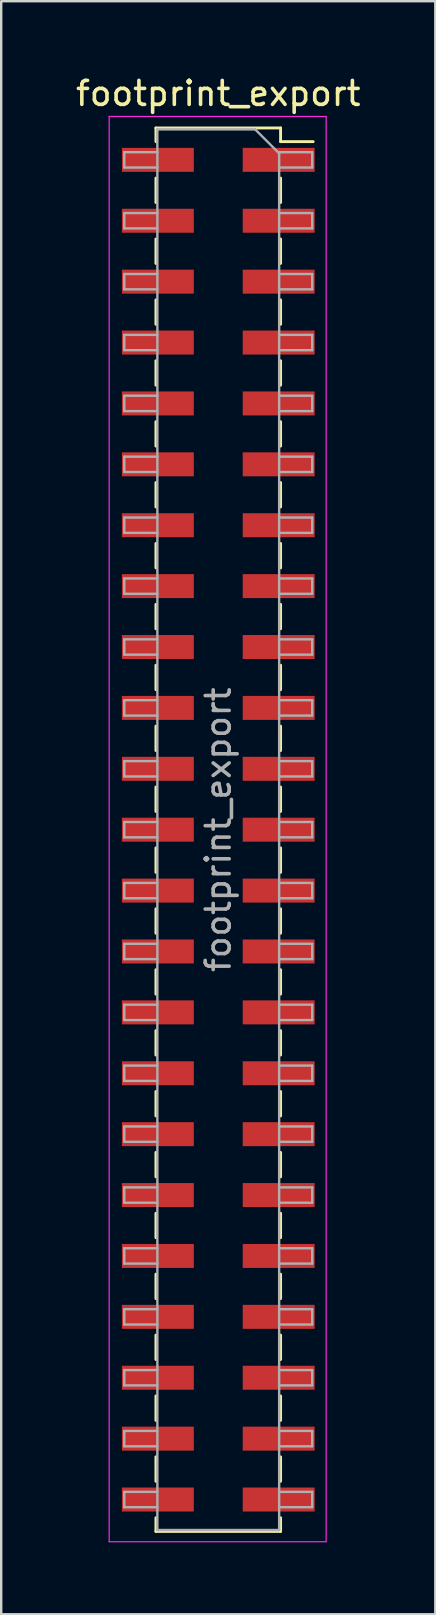
<source format=kicad_pcb>
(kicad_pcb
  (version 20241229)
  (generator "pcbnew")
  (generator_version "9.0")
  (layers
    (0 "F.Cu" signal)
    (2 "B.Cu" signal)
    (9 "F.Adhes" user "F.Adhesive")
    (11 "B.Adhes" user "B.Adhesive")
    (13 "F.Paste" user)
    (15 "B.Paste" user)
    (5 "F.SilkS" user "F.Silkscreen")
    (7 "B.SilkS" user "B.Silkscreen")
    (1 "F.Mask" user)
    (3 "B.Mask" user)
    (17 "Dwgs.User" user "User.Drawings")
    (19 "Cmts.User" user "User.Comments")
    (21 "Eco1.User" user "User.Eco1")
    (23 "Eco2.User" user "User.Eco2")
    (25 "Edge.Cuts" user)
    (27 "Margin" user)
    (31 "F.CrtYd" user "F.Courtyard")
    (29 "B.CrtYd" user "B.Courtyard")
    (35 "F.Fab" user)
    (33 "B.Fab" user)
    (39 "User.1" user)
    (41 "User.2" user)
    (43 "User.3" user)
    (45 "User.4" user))
  (footprint "footprint_export"
    (layer "F.Cu")
    (at 6.054 31.558)
    (property "Reference" "footprint_export" (at 0 -30.71 0) (layer "F.SilkS") (effects (font (size 1 1) (thickness 0.15))))
    (attr smd)
    (fp_line (start -2.6 -29.27) (end -2.6 -28.7) (stroke (width 0.12) (type solid)) (layer "F.SilkS"))
    (fp_line (start -2.6 -29.27) (end 2.6 -29.27) (stroke (width 0.12) (type solid)) (layer "F.SilkS"))
    (fp_line (start -2.6 -27.18) (end -2.6 -26.16) (stroke (width 0.12) (type solid)) (layer "F.SilkS"))
    (fp_line (start -2.6 -24.64) (end -2.6 -23.62) (stroke (width 0.12) (type solid)) (layer "F.SilkS"))
    (fp_line (start -2.6 -22.1) (end -2.6 -21.08) (stroke (width 0.12) (type solid)) (layer "F.SilkS"))
    (fp_line (start -2.6 -19.56) (end -2.6 -18.54) (stroke (width 0.12) (type solid)) (layer "F.SilkS"))
    (fp_line (start -2.6 -17.02) (end -2.6 -16) (stroke (width 0.12) (type solid)) (layer "F.SilkS"))
    (fp_line (start -2.6 -14.48) (end -2.6 -13.46) (stroke (width 0.12) (type solid)) (layer "F.SilkS"))
    (fp_line (start -2.6 -11.94) (end -2.6 -10.92) (stroke (width 0.12) (type solid)) (layer "F.SilkS"))
    (fp_line (start -2.6 -9.4) (end -2.6 -8.38) (stroke (width 0.12) (type solid)) (layer "F.SilkS"))
    (fp_line (start -2.6 -6.86) (end -2.6 -5.84) (stroke (width 0.12) (type solid)) (layer "F.SilkS"))
    (fp_line (start -2.6 -4.32) (end -2.6 -3.3) (stroke (width 0.12) (type solid)) (layer "F.SilkS"))
    (fp_line (start -2.6 -1.78) (end -2.6 -0.76) (stroke (width 0.12) (type solid)) (layer "F.SilkS"))
    (fp_line (start -2.6 0.76) (end -2.6 1.78) (stroke (width 0.12) (type solid)) (layer "F.SilkS"))
    (fp_line (start -2.6 3.3) (end -2.6 4.32) (stroke (width 0.12) (type solid)) (layer "F.SilkS"))
    (fp_line (start -2.6 5.84) (end -2.6 6.86) (stroke (width 0.12) (type solid)) (layer "F.SilkS"))
    (fp_line (start -2.6 8.38) (end -2.6 9.4) (stroke (width 0.12) (type solid)) (layer "F.SilkS"))
    (fp_line (start -2.6 10.92) (end -2.6 11.94) (stroke (width 0.12) (type solid)) (layer "F.SilkS"))
    (fp_line (start -2.6 13.46) (end -2.6 14.48) (stroke (width 0.12) (type solid)) (layer "F.SilkS"))
    (fp_line (start -2.6 16) (end -2.6 17.02) (stroke (width 0.12) (type solid)) (layer "F.SilkS"))
    (fp_line (start -2.6 18.54) (end -2.6 19.56) (stroke (width 0.12) (type solid)) (layer "F.SilkS"))
    (fp_line (start -2.6 21.08) (end -2.6 22.1) (stroke (width 0.12) (type solid)) (layer "F.SilkS"))
    (fp_line (start -2.6 23.62) (end -2.6 24.64) (stroke (width 0.12) (type solid)) (layer "F.SilkS"))
    (fp_line (start -2.6 26.16) (end -2.6 27.18) (stroke (width 0.12) (type solid)) (layer "F.SilkS"))
    (fp_line (start -2.6 28.7) (end -2.6 29.27) (stroke (width 0.12) (type solid)) (layer "F.SilkS"))
    (fp_line (start -2.6 29.27) (end 2.6 29.27) (stroke (width 0.12) (type solid)) (layer "F.SilkS"))
    (fp_line (start 2.6 -29.27) (end 2.6 -28.7) (stroke (width 0.12) (type solid)) (layer "F.SilkS"))
    (fp_line (start 2.6 -28.7) (end 3.96 -28.7) (stroke (width 0.12) (type solid)) (layer "F.SilkS"))
    (fp_line (start 2.6 -27.18) (end 2.6 -26.16) (stroke (width 0.12) (type solid)) (layer "F.SilkS"))
    (fp_line (start 2.6 -24.64) (end 2.6 -23.62) (stroke (width 0.12) (type solid)) (layer "F.SilkS"))
    (fp_line (start 2.6 -22.1) (end 2.6 -21.08) (stroke (width 0.12) (type solid)) (layer "F.SilkS"))
    (fp_line (start 2.6 -19.56) (end 2.6 -18.54) (stroke (width 0.12) (type solid)) (layer "F.SilkS"))
    (fp_line (start 2.6 -17.02) (end 2.6 -16) (stroke (width 0.12) (type solid)) (layer "F.SilkS"))
    (fp_line (start 2.6 -14.48) (end 2.6 -13.46) (stroke (width 0.12) (type solid)) (layer "F.SilkS"))
    (fp_line (start 2.6 -11.94) (end 2.6 -10.92) (stroke (width 0.12) (type solid)) (layer "F.SilkS"))
    (fp_line (start 2.6 -9.4) (end 2.6 -8.38) (stroke (width 0.12) (type solid)) (layer "F.SilkS"))
    (fp_line (start 2.6 -6.86) (end 2.6 -5.84) (stroke (width 0.12) (type solid)) (layer "F.SilkS"))
    (fp_line (start 2.6 -4.32) (end 2.6 -3.3) (stroke (width 0.12) (type solid)) (layer "F.SilkS"))
    (fp_line (start 2.6 -1.78) (end 2.6 -0.76) (stroke (width 0.12) (type solid)) (layer "F.SilkS"))
    (fp_line (start 2.6 0.76) (end 2.6 1.78) (stroke (width 0.12) (type solid)) (layer "F.SilkS"))
    (fp_line (start 2.6 3.3) (end 2.6 4.32) (stroke (width 0.12) (type solid)) (layer "F.SilkS"))
    (fp_line (start 2.6 5.84) (end 2.6 6.86) (stroke (width 0.12) (type solid)) (layer "F.SilkS"))
    (fp_line (start 2.6 8.38) (end 2.6 9.4) (stroke (width 0.12) (type solid)) (layer "F.SilkS"))
    (fp_line (start 2.6 10.92) (end 2.6 11.94) (stroke (width 0.12) (type solid)) (layer "F.SilkS"))
    (fp_line (start 2.6 13.46) (end 2.6 14.48) (stroke (width 0.12) (type solid)) (layer "F.SilkS"))
    (fp_line (start 2.6 16) (end 2.6 17.02) (stroke (width 0.12) (type solid)) (layer "F.SilkS"))
    (fp_line (start 2.6 18.54) (end 2.6 19.56) (stroke (width 0.12) (type solid)) (layer "F.SilkS"))
    (fp_line (start 2.6 21.08) (end 2.6 22.1) (stroke (width 0.12) (type solid)) (layer "F.SilkS"))
    (fp_line (start 2.6 23.62) (end 2.6 24.64) (stroke (width 0.12) (type solid)) (layer "F.SilkS"))
    (fp_line (start 2.6 26.16) (end 2.6 27.18) (stroke (width 0.12) (type solid)) (layer "F.SilkS"))
    (fp_line (start 2.6 28.7) (end 2.6 29.27) (stroke (width 0.12) (type solid)) (layer "F.SilkS"))
    (fp_line (start -4.55 -29.75) (end 4.5 -29.75) (stroke (width 0.05) (type solid)) (layer "F.CrtYd"))
    (fp_line (start -4.55 29.7) (end -4.55 -29.75) (stroke (width 0.05) (type solid)) (layer "F.CrtYd"))
    (fp_line (start 4.5 -29.75) (end 4.5 29.7) (stroke (width 0.05) (type solid)) (layer "F.CrtYd"))
    (fp_line (start 4.5 29.7) (end -4.55 29.7) (stroke (width 0.05) (type solid)) (layer "F.CrtYd"))
    (fp_line (start -3.92 -28.26) (end -2.54 -28.26) (stroke (width 0.1) (type solid)) (layer "F.Fab"))
    (fp_line (start -3.92 -27.62) (end -3.92 -28.26) (stroke (width 0.1) (type solid)) (layer "F.Fab"))
    (fp_line (start -3.92 -25.72) (end -2.54 -25.72) (stroke (width 0.1) (type solid)) (layer "F.Fab"))
    (fp_line (start -3.92 -25.08) (end -3.92 -25.72) (stroke (width 0.1) (type solid)) (layer "F.Fab"))
    (fp_line (start -3.92 -23.18) (end -2.54 -23.18) (stroke (width 0.1) (type solid)) (layer "F.Fab"))
    (fp_line (start -3.92 -22.54) (end -3.92 -23.18) (stroke (width 0.1) (type solid)) (layer "F.Fab"))
    (fp_line (start -3.92 -20.64) (end -2.54 -20.64) (stroke (width 0.1) (type solid)) (layer "F.Fab"))
    (fp_line (start -3.92 -20) (end -3.92 -20.64) (stroke (width 0.1) (type solid)) (layer "F.Fab"))
    (fp_line (start -3.92 -18.1) (end -2.54 -18.1) (stroke (width 0.1) (type solid)) (layer "F.Fab"))
    (fp_line (start -3.92 -17.46) (end -3.92 -18.1) (stroke (width 0.1) (type solid)) (layer "F.Fab"))
    (fp_line (start -3.92 -15.56) (end -2.54 -15.56) (stroke (width 0.1) (type solid)) (layer "F.Fab"))
    (fp_line (start -3.92 -14.92) (end -3.92 -15.56) (stroke (width 0.1) (type solid)) (layer "F.Fab"))
    (fp_line (start -3.92 -13.02) (end -2.54 -13.02) (stroke (width 0.1) (type solid)) (layer "F.Fab"))
    (fp_line (start -3.92 -12.38) (end -3.92 -13.02) (stroke (width 0.1) (type solid)) (layer "F.Fab"))
    (fp_line (start -3.92 -10.48) (end -2.54 -10.48) (stroke (width 0.1) (type solid)) (layer "F.Fab"))
    (fp_line (start -3.92 -9.84) (end -3.92 -10.48) (stroke (width 0.1) (type solid)) (layer "F.Fab"))
    (fp_line (start -3.92 -7.94) (end -2.54 -7.94) (stroke (width 0.1) (type solid)) (layer "F.Fab"))
    (fp_line (start -3.92 -7.3) (end -3.92 -7.94) (stroke (width 0.1) (type solid)) (layer "F.Fab"))
    (fp_line (start -3.92 -5.4) (end -2.54 -5.4) (stroke (width 0.1) (type solid)) (layer "F.Fab"))
    (fp_line (start -3.92 -4.76) (end -3.92 -5.4) (stroke (width 0.1) (type solid)) (layer "F.Fab"))
    (fp_line (start -3.92 -2.86) (end -2.54 -2.86) (stroke (width 0.1) (type solid)) (layer "F.Fab"))
    (fp_line (start -3.92 -2.22) (end -3.92 -2.86) (stroke (width 0.1) (type solid)) (layer "F.Fab"))
    (fp_line (start -3.92 -0.32) (end -2.54 -0.32) (stroke (width 0.1) (type solid)) (layer "F.Fab"))
    (fp_line (start -3.92 0.32) (end -3.92 -0.32) (stroke (width 0.1) (type solid)) (layer "F.Fab"))
    (fp_line (start -3.92 2.22) (end -2.54 2.22) (stroke (width 0.1) (type solid)) (layer "F.Fab"))
    (fp_line (start -3.92 2.86) (end -3.92 2.22) (stroke (width 0.1) (type solid)) (layer "F.Fab"))
    (fp_line (start -3.92 4.76) (end -2.54 4.76) (stroke (width 0.1) (type solid)) (layer "F.Fab"))
    (fp_line (start -3.92 5.4) (end -3.92 4.76) (stroke (width 0.1) (type solid)) (layer "F.Fab"))
    (fp_line (start -3.92 7.3) (end -2.54 7.3) (stroke (width 0.1) (type solid)) (layer "F.Fab"))
    (fp_line (start -3.92 7.94) (end -3.92 7.3) (stroke (width 0.1) (type solid)) (layer "F.Fab"))
    (fp_line (start -3.92 9.84) (end -2.54 9.84) (stroke (width 0.1) (type solid)) (layer "F.Fab"))
    (fp_line (start -3.92 10.48) (end -3.92 9.84) (stroke (width 0.1) (type solid)) (layer "F.Fab"))
    (fp_line (start -3.92 12.38) (end -2.54 12.38) (stroke (width 0.1) (type solid)) (layer "F.Fab"))
    (fp_line (start -3.92 13.02) (end -3.92 12.38) (stroke (width 0.1) (type solid)) (layer "F.Fab"))
    (fp_line (start -3.92 14.92) (end -2.54 14.92) (stroke (width 0.1) (type solid)) (layer "F.Fab"))
    (fp_line (start -3.92 15.56) (end -3.92 14.92) (stroke (width 0.1) (type solid)) (layer "F.Fab"))
    (fp_line (start -3.92 17.46) (end -2.54 17.46) (stroke (width 0.1) (type solid)) (layer "F.Fab"))
    (fp_line (start -3.92 18.1) (end -3.92 17.46) (stroke (width 0.1) (type solid)) (layer "F.Fab"))
    (fp_line (start -3.92 20) (end -2.54 20) (stroke (width 0.1) (type solid)) (layer "F.Fab"))
    (fp_line (start -3.92 20.64) (end -3.92 20) (stroke (width 0.1) (type solid)) (layer "F.Fab"))
    (fp_line (start -3.92 22.54) (end -2.54 22.54) (stroke (width 0.1) (type solid)) (layer "F.Fab"))
    (fp_line (start -3.92 23.18) (end -3.92 22.54) (stroke (width 0.1) (type solid)) (layer "F.Fab"))
    (fp_line (start -3.92 25.08) (end -2.54 25.08) (stroke (width 0.1) (type solid)) (layer "F.Fab"))
    (fp_line (start -3.92 25.72) (end -3.92 25.08) (stroke (width 0.1) (type solid)) (layer "F.Fab"))
    (fp_line (start -3.92 27.62) (end -2.54 27.62) (stroke (width 0.1) (type solid)) (layer "F.Fab"))
    (fp_line (start -3.92 28.26) (end -3.92 27.62) (stroke (width 0.1) (type solid)) (layer "F.Fab"))
    (fp_line (start -2.54 -29.21) (end 1.54 -29.21) (stroke (width 0.1) (type solid)) (layer "F.Fab"))
    (fp_line (start -2.54 -27.62) (end -3.92 -27.62) (stroke (width 0.1) (type solid)) (layer "F.Fab"))
    (fp_line (start -2.54 -25.08) (end -3.92 -25.08) (stroke (width 0.1) (type solid)) (layer "F.Fab"))
    (fp_line (start -2.54 -22.54) (end -3.92 -22.54) (stroke (width 0.1) (type solid)) (layer "F.Fab"))
    (fp_line (start -2.54 -20) (end -3.92 -20) (stroke (width 0.1) (type solid)) (layer "F.Fab"))
    (fp_line (start -2.54 -17.46) (end -3.92 -17.46) (stroke (width 0.1) (type solid)) (layer "F.Fab"))
    (fp_line (start -2.54 -14.92) (end -3.92 -14.92) (stroke (width 0.1) (type solid)) (layer "F.Fab"))
    (fp_line (start -2.54 -12.38) (end -3.92 -12.38) (stroke (width 0.1) (type solid)) (layer "F.Fab"))
    (fp_line (start -2.54 -9.84) (end -3.92 -9.84) (stroke (width 0.1) (type solid)) (layer "F.Fab"))
    (fp_line (start -2.54 -7.3) (end -3.92 -7.3) (stroke (width 0.1) (type solid)) (layer "F.Fab"))
    (fp_line (start -2.54 -4.76) (end -3.92 -4.76) (stroke (width 0.1) (type solid)) (layer "F.Fab"))
    (fp_line (start -2.54 -2.22) (end -3.92 -2.22) (stroke (width 0.1) (type solid)) (layer "F.Fab"))
    (fp_line (start -2.54 0.32) (end -3.92 0.32) (stroke (width 0.1) (type solid)) (layer "F.Fab"))
    (fp_line (start -2.54 2.86) (end -3.92 2.86) (stroke (width 0.1) (type solid)) (layer "F.Fab"))
    (fp_line (start -2.54 5.4) (end -3.92 5.4) (stroke (width 0.1) (type solid)) (layer "F.Fab"))
    (fp_line (start -2.54 7.94) (end -3.92 7.94) (stroke (width 0.1) (type solid)) (layer "F.Fab"))
    (fp_line (start -2.54 10.48) (end -3.92 10.48) (stroke (width 0.1) (type solid)) (layer "F.Fab"))
    (fp_line (start -2.54 13.02) (end -3.92 13.02) (stroke (width 0.1) (type solid)) (layer "F.Fab"))
    (fp_line (start -2.54 15.56) (end -3.92 15.56) (stroke (width 0.1) (type solid)) (layer "F.Fab"))
    (fp_line (start -2.54 18.1) (end -3.92 18.1) (stroke (width 0.1) (type solid)) (layer "F.Fab"))
    (fp_line (start -2.54 20.64) (end -3.92 20.64) (stroke (width 0.1) (type solid)) (layer "F.Fab"))
    (fp_line (start -2.54 23.18) (end -3.92 23.18) (stroke (width 0.1) (type solid)) (layer "F.Fab"))
    (fp_line (start -2.54 25.72) (end -3.92 25.72) (stroke (width 0.1) (type solid)) (layer "F.Fab"))
    (fp_line (start -2.54 28.26) (end -3.92 28.26) (stroke (width 0.1) (type solid)) (layer "F.Fab"))
    (fp_line (start -2.54 29.21) (end -2.54 -29.21) (stroke (width 0.1) (type solid)) (layer "F.Fab"))
    (fp_line (start 1.54 -29.21) (end 2.54 -28.21) (stroke (width 0.1) (type solid)) (layer "F.Fab"))
    (fp_line (start 2.54 -28.26) (end 3.92 -28.26) (stroke (width 0.1) (type solid)) (layer "F.Fab"))
    (fp_line (start 2.54 -28.21) (end 2.54 29.21) (stroke (width 0.1) (type solid)) (layer "F.Fab"))
    (fp_line (start 2.54 -25.72) (end 3.92 -25.72) (stroke (width 0.1) (type solid)) (layer "F.Fab"))
    (fp_line (start 2.54 -23.18) (end 3.92 -23.18) (stroke (width 0.1) (type solid)) (layer "F.Fab"))
    (fp_line (start 2.54 -20.64) (end 3.92 -20.64) (stroke (width 0.1) (type solid)) (layer "F.Fab"))
    (fp_line (start 2.54 -18.1) (end 3.92 -18.1) (stroke (width 0.1) (type solid)) (layer "F.Fab"))
    (fp_line (start 2.54 -15.56) (end 3.92 -15.56) (stroke (width 0.1) (type solid)) (layer "F.Fab"))
    (fp_line (start 2.54 -13.02) (end 3.92 -13.02) (stroke (width 0.1) (type solid)) (layer "F.Fab"))
    (fp_line (start 2.54 -10.48) (end 3.92 -10.48) (stroke (width 0.1) (type solid)) (layer "F.Fab"))
    (fp_line (start 2.54 -7.94) (end 3.92 -7.94) (stroke (width 0.1) (type solid)) (layer "F.Fab"))
    (fp_line (start 2.54 -5.4) (end 3.92 -5.4) (stroke (width 0.1) (type solid)) (layer "F.Fab"))
    (fp_line (start 2.54 -2.86) (end 3.92 -2.86) (stroke (width 0.1) (type solid)) (layer "F.Fab"))
    (fp_line (start 2.54 -0.32) (end 3.92 -0.32) (stroke (width 0.1) (type solid)) (layer "F.Fab"))
    (fp_line (start 2.54 2.22) (end 3.92 2.22) (stroke (width 0.1) (type solid)) (layer "F.Fab"))
    (fp_line (start 2.54 4.76) (end 3.92 4.76) (stroke (width 0.1) (type solid)) (layer "F.Fab"))
    (fp_line (start 2.54 7.3) (end 3.92 7.3) (stroke (width 0.1) (type solid)) (layer "F.Fab"))
    (fp_line (start 2.54 9.84) (end 3.92 9.84) (stroke (width 0.1) (type solid)) (layer "F.Fab"))
    (fp_line (start 2.54 12.38) (end 3.92 12.38) (stroke (width 0.1) (type solid)) (layer "F.Fab"))
    (fp_line (start 2.54 14.92) (end 3.92 14.92) (stroke (width 0.1) (type solid)) (layer "F.Fab"))
    (fp_line (start 2.54 17.46) (end 3.92 17.46) (stroke (width 0.1) (type solid)) (layer "F.Fab"))
    (fp_line (start 2.54 20) (end 3.92 20) (stroke (width 0.1) (type solid)) (layer "F.Fab"))
    (fp_line (start 2.54 22.54) (end 3.92 22.54) (stroke (width 0.1) (type solid)) (layer "F.Fab"))
    (fp_line (start 2.54 25.08) (end 3.92 25.08) (stroke (width 0.1) (type solid)) (layer "F.Fab"))
    (fp_line (start 2.54 27.62) (end 3.92 27.62) (stroke (width 0.1) (type solid)) (layer "F.Fab"))
    (fp_line (start 2.54 29.21) (end -2.54 29.21) (stroke (width 0.1) (type solid)) (layer "F.Fab"))
    (fp_line (start 3.92 -28.26) (end 3.92 -27.62) (stroke (width 0.1) (type solid)) (layer "F.Fab"))
    (fp_line (start 3.92 -27.62) (end 2.54 -27.62) (stroke (width 0.1) (type solid)) (layer "F.Fab"))
    (fp_line (start 3.92 -25.72) (end 3.92 -25.08) (stroke (width 0.1) (type solid)) (layer "F.Fab"))
    (fp_line (start 3.92 -25.08) (end 2.54 -25.08) (stroke (width 0.1) (type solid)) (layer "F.Fab"))
    (fp_line (start 3.92 -23.18) (end 3.92 -22.54) (stroke (width 0.1) (type solid)) (layer "F.Fab"))
    (fp_line (start 3.92 -22.54) (end 2.54 -22.54) (stroke (width 0.1) (type solid)) (layer "F.Fab"))
    (fp_line (start 3.92 -20.64) (end 3.92 -20) (stroke (width 0.1) (type solid)) (layer "F.Fab"))
    (fp_line (start 3.92 -20) (end 2.54 -20) (stroke (width 0.1) (type solid)) (layer "F.Fab"))
    (fp_line (start 3.92 -18.1) (end 3.92 -17.46) (stroke (width 0.1) (type solid)) (layer "F.Fab"))
    (fp_line (start 3.92 -17.46) (end 2.54 -17.46) (stroke (width 0.1) (type solid)) (layer "F.Fab"))
    (fp_line (start 3.92 -15.56) (end 3.92 -14.92) (stroke (width 0.1) (type solid)) (layer "F.Fab"))
    (fp_line (start 3.92 -14.92) (end 2.54 -14.92) (stroke (width 0.1) (type solid)) (layer "F.Fab"))
    (fp_line (start 3.92 -13.02) (end 3.92 -12.38) (stroke (width 0.1) (type solid)) (layer "F.Fab"))
    (fp_line (start 3.92 -12.38) (end 2.54 -12.38) (stroke (width 0.1) (type solid)) (layer "F.Fab"))
    (fp_line (start 3.92 -10.48) (end 3.92 -9.84) (stroke (width 0.1) (type solid)) (layer "F.Fab"))
    (fp_line (start 3.92 -9.84) (end 2.54 -9.84) (stroke (width 0.1) (type solid)) (layer "F.Fab"))
    (fp_line (start 3.92 -7.94) (end 3.92 -7.3) (stroke (width 0.1) (type solid)) (layer "F.Fab"))
    (fp_line (start 3.92 -7.3) (end 2.54 -7.3) (stroke (width 0.1) (type solid)) (layer "F.Fab"))
    (fp_line (start 3.92 -5.4) (end 3.92 -4.76) (stroke (width 0.1) (type solid)) (layer "F.Fab"))
    (fp_line (start 3.92 -4.76) (end 2.54 -4.76) (stroke (width 0.1) (type solid)) (layer "F.Fab"))
    (fp_line (start 3.92 -2.86) (end 3.92 -2.22) (stroke (width 0.1) (type solid)) (layer "F.Fab"))
    (fp_line (start 3.92 -2.22) (end 2.54 -2.22) (stroke (width 0.1) (type solid)) (layer "F.Fab"))
    (fp_line (start 3.92 -0.32) (end 3.92 0.32) (stroke (width 0.1) (type solid)) (layer "F.Fab"))
    (fp_line (start 3.92 0.32) (end 2.54 0.32) (stroke (width 0.1) (type solid)) (layer "F.Fab"))
    (fp_line (start 3.92 2.22) (end 3.92 2.86) (stroke (width 0.1) (type solid)) (layer "F.Fab"))
    (fp_line (start 3.92 2.86) (end 2.54 2.86) (stroke (width 0.1) (type solid)) (layer "F.Fab"))
    (fp_line (start 3.92 4.76) (end 3.92 5.4) (stroke (width 0.1) (type solid)) (layer "F.Fab"))
    (fp_line (start 3.92 5.4) (end 2.54 5.4) (stroke (width 0.1) (type solid)) (layer "F.Fab"))
    (fp_line (start 3.92 7.3) (end 3.92 7.94) (stroke (width 0.1) (type solid)) (layer "F.Fab"))
    (fp_line (start 3.92 7.94) (end 2.54 7.94) (stroke (width 0.1) (type solid)) (layer "F.Fab"))
    (fp_line (start 3.92 9.84) (end 3.92 10.48) (stroke (width 0.1) (type solid)) (layer "F.Fab"))
    (fp_line (start 3.92 10.48) (end 2.54 10.48) (stroke (width 0.1) (type solid)) (layer "F.Fab"))
    (fp_line (start 3.92 12.38) (end 3.92 13.02) (stroke (width 0.1) (type solid)) (layer "F.Fab"))
    (fp_line (start 3.92 13.02) (end 2.54 13.02) (stroke (width 0.1) (type solid)) (layer "F.Fab"))
    (fp_line (start 3.92 14.92) (end 3.92 15.56) (stroke (width 0.1) (type solid)) (layer "F.Fab"))
    (fp_line (start 3.92 15.56) (end 2.54 15.56) (stroke (width 0.1) (type solid)) (layer "F.Fab"))
    (fp_line (start 3.92 17.46) (end 3.92 18.1) (stroke (width 0.1) (type solid)) (layer "F.Fab"))
    (fp_line (start 3.92 18.1) (end 2.54 18.1) (stroke (width 0.1) (type solid)) (layer "F.Fab"))
    (fp_line (start 3.92 20) (end 3.92 20.64) (stroke (width 0.1) (type solid)) (layer "F.Fab"))
    (fp_line (start 3.92 20.64) (end 2.54 20.64) (stroke (width 0.1) (type solid)) (layer "F.Fab"))
    (fp_line (start 3.92 22.54) (end 3.92 23.18) (stroke (width 0.1) (type solid)) (layer "F.Fab"))
    (fp_line (start 3.92 23.18) (end 2.54 23.18) (stroke (width 0.1) (type solid)) (layer "F.Fab"))
    (fp_line (start 3.92 25.08) (end 3.92 25.72) (stroke (width 0.1) (type solid)) (layer "F.Fab"))
    (fp_line (start 3.92 25.72) (end 2.54 25.72) (stroke (width 0.1) (type solid)) (layer "F.Fab"))
    (fp_line (start 3.92 27.62) (end 3.92 28.26) (stroke (width 0.1) (type solid)) (layer "F.Fab"))
    (fp_line (start 3.92 28.26) (end 2.54 28.26) (stroke (width 0.1) (type solid)) (layer "F.Fab"))
    (fp_text user "${REFERENCE}" (at 0 0 90) (layer "F.Fab") (effects (font (size 1 1) (thickness 0.15))))
    (pad "1" smd rect (at 2.52 -27.94) (size 3 1) (layers "F.Cu" "F.Mask" "F.Paste"))
    (pad "2" smd rect (at -2.52 -27.94) (size 3 1) (layers "F.Cu" "F.Mask" "F.Paste"))
    (pad "3" smd rect (at 2.52 -25.4) (size 3 1) (layers "F.Cu" "F.Mask" "F.Paste"))
    (pad "4" smd rect (at -2.52 -25.4) (size 3 1) (layers "F.Cu" "F.Mask" "F.Paste"))
    (pad "5" smd rect (at 2.52 -22.86) (size 3 1) (layers "F.Cu" "F.Mask" "F.Paste"))
    (pad "6" smd rect (at -2.52 -22.86) (size 3 1) (layers "F.Cu" "F.Mask" "F.Paste"))
    (pad "7" smd rect (at 2.52 -20.32) (size 3 1) (layers "F.Cu" "F.Mask" "F.Paste"))
    (pad "8" smd rect (at -2.52 -20.32) (size 3 1) (layers "F.Cu" "F.Mask" "F.Paste"))
    (pad "9" smd rect (at 2.52 -17.78) (size 3 1) (layers "F.Cu" "F.Mask" "F.Paste"))
    (pad "10" smd rect (at -2.52 -17.78) (size 3 1) (layers "F.Cu" "F.Mask" "F.Paste"))
    (pad "11" smd rect (at 2.52 -15.24) (size 3 1) (layers "F.Cu" "F.Mask" "F.Paste"))
    (pad "12" smd rect (at -2.52 -15.24) (size 3 1) (layers "F.Cu" "F.Mask" "F.Paste"))
    (pad "13" smd rect (at 2.52 -12.7) (size 3 1) (layers "F.Cu" "F.Mask" "F.Paste"))
    (pad "14" smd rect (at -2.52 -12.7) (size 3 1) (layers "F.Cu" "F.Mask" "F.Paste"))
    (pad "15" smd rect (at 2.52 -10.16) (size 3 1) (layers "F.Cu" "F.Mask" "F.Paste"))
    (pad "16" smd rect (at -2.52 -10.16) (size 3 1) (layers "F.Cu" "F.Mask" "F.Paste"))
    (pad "17" smd rect (at 2.52 -7.62) (size 3 1) (layers "F.Cu" "F.Mask" "F.Paste"))
    (pad "18" smd rect (at -2.52 -7.62) (size 3 1) (layers "F.Cu" "F.Mask" "F.Paste"))
    (pad "19" smd rect (at 2.52 -5.08) (size 3 1) (layers "F.Cu" "F.Mask" "F.Paste"))
    (pad "20" smd rect (at -2.52 -5.08) (size 3 1) (layers "F.Cu" "F.Mask" "F.Paste"))
    (pad "21" smd rect (at 2.52 -2.54) (size 3 1) (layers "F.Cu" "F.Mask" "F.Paste"))
    (pad "22" smd rect (at -2.52 -2.54) (size 3 1) (layers "F.Cu" "F.Mask" "F.Paste"))
    (pad "23" smd rect (at 2.52 0) (size 3 1) (layers "F.Cu" "F.Mask" "F.Paste"))
    (pad "24" smd rect (at -2.52 0) (size 3 1) (layers "F.Cu" "F.Mask" "F.Paste"))
    (pad "25" smd rect (at 2.52 2.54) (size 3 1) (layers "F.Cu" "F.Mask" "F.Paste"))
    (pad "26" smd rect (at -2.52 2.54) (size 3 1) (layers "F.Cu" "F.Mask" "F.Paste"))
    (pad "27" smd rect (at 2.52 5.08) (size 3 1) (layers "F.Cu" "F.Mask" "F.Paste"))
    (pad "28" smd rect (at -2.52 5.08) (size 3 1) (layers "F.Cu" "F.Mask" "F.Paste"))
    (pad "29" smd rect (at 2.52 7.62) (size 3 1) (layers "F.Cu" "F.Mask" "F.Paste"))
    (pad "30" smd rect (at -2.52 7.62) (size 3 1) (layers "F.Cu" "F.Mask" "F.Paste"))
    (pad "31" smd rect (at 2.52 10.16) (size 3 1) (layers "F.Cu" "F.Mask" "F.Paste"))
    (pad "32" smd rect (at -2.52 10.16) (size 3 1) (layers "F.Cu" "F.Mask" "F.Paste"))
    (pad "33" smd rect (at 2.52 12.7) (size 3 1) (layers "F.Cu" "F.Mask" "F.Paste"))
    (pad "34" smd rect (at -2.52 12.7) (size 3 1) (layers "F.Cu" "F.Mask" "F.Paste"))
    (pad "35" smd rect (at 2.52 15.24) (size 3 1) (layers "F.Cu" "F.Mask" "F.Paste"))
    (pad "36" smd rect (at -2.52 15.24) (size 3 1) (layers "F.Cu" "F.Mask" "F.Paste"))
    (pad "37" smd rect (at 2.52 17.78) (size 3 1) (layers "F.Cu" "F.Mask" "F.Paste"))
    (pad "38" smd rect (at -2.52 17.78) (size 3 1) (layers "F.Cu" "F.Mask" "F.Paste"))
    (pad "39" smd rect (at 2.52 20.32) (size 3 1) (layers "F.Cu" "F.Mask" "F.Paste"))
    (pad "40" smd rect (at -2.52 20.32) (size 3 1) (layers "F.Cu" "F.Mask" "F.Paste"))
    (pad "41" smd rect (at 2.52 22.86) (size 3 1) (layers "F.Cu" "F.Mask" "F.Paste"))
    (pad "42" smd rect (at -2.52 22.86) (size 3 1) (layers "F.Cu" "F.Mask" "F.Paste"))
    (pad "43" smd rect (at 2.52 25.4) (size 3 1) (layers "F.Cu" "F.Mask" "F.Paste"))
    (pad "44" smd rect (at -2.52 25.4) (size 3 1) (layers "F.Cu" "F.Mask" "F.Paste"))
    (pad "45" smd rect (at 2.52 27.94) (size 3 1) (layers "F.Cu" "F.Mask" "F.Paste"))
    (pad "46" smd rect (at -2.52 27.94) (size 3 1) (layers "F.Cu" "F.Mask" "F.Paste")))
  (gr_rect
    (start -3 -3)
    (end 15.107 64.283)
    (stroke (width 0.1) (type default))
    (fill no)
    (layer "Edge.Cuts")))
</source>
